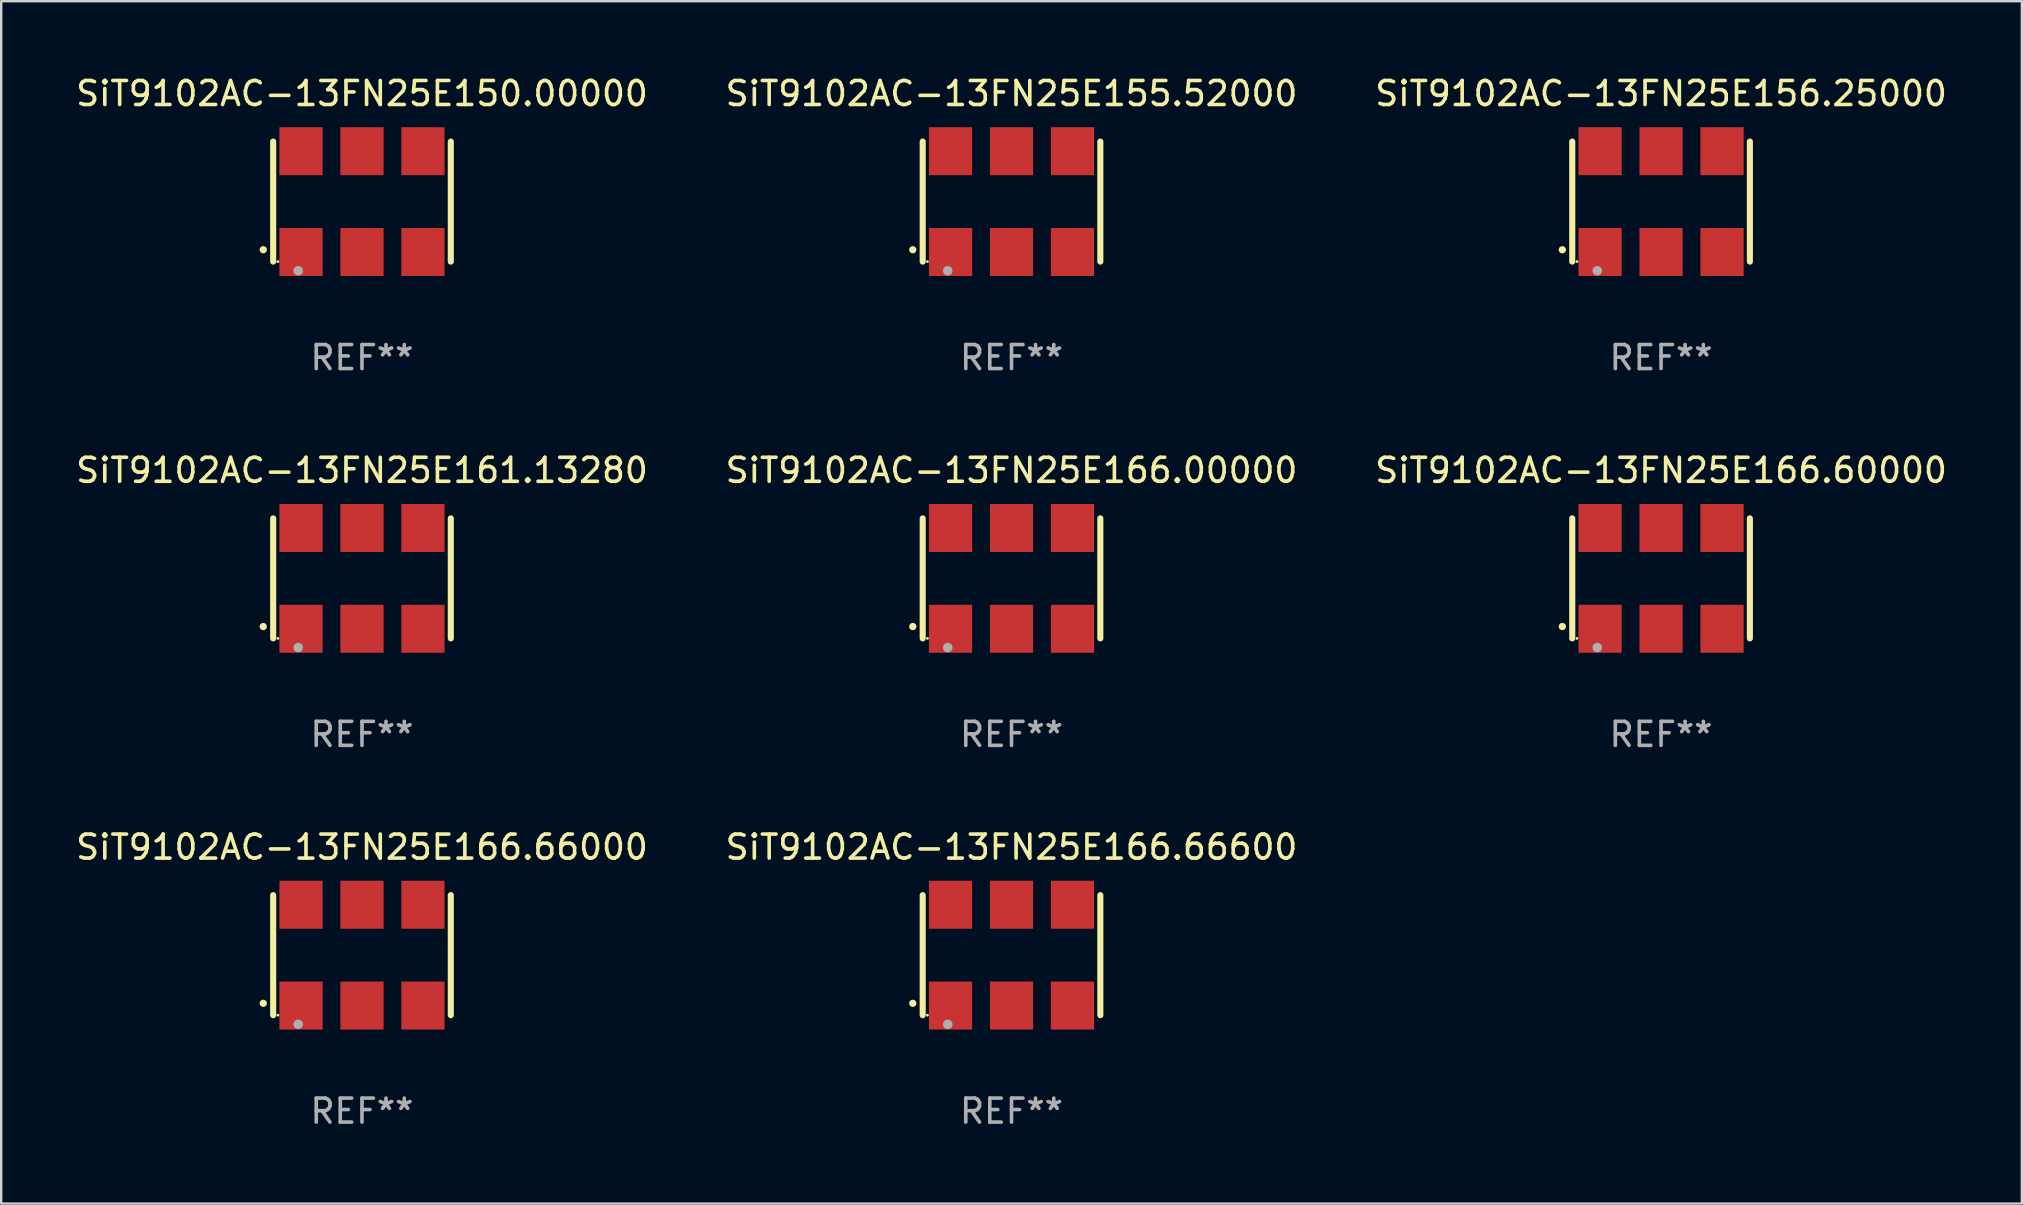
<source format=kicad_pcb>
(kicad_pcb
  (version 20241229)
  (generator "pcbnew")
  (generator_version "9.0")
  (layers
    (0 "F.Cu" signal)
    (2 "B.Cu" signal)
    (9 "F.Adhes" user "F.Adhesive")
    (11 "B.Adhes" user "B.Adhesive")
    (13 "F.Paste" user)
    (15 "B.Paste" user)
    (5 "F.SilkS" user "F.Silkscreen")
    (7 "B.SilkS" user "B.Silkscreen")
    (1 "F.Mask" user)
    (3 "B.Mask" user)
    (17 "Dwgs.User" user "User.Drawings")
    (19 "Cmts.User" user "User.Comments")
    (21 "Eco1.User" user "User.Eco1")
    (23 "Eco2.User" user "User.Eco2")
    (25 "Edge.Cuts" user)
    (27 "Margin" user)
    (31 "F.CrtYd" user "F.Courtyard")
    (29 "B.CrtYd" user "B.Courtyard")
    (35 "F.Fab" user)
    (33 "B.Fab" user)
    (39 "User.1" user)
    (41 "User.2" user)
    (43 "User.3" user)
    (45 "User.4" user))
  (footprint "SiT9102AC-13FN25E150.00000"
    (layer "F.Cu")
    (at 12.03 5.348)
    (property "Reference" "SiT9102AC-13FN25E150.00000" (at 0 -4.5 0) (layer "F.SilkS") (effects (font (size 1 1) (thickness 0.15))))
    (attr through_hole)
    (fp_line (start -3.7 -2.5) (end -3.7 2.5) (stroke (width 0.254) (type solid)) (layer "F.SilkS"))
    (fp_line (start 3.7 -2.5) (end 3.7 2.5) (stroke (width 0.254) (type solid)) (layer "F.SilkS"))
    (fp_arc (start -4.114415 2.006604) (mid -4.113145 2.006599) (end -4.111875 2.006604) (stroke (width 0.3) (type solid)) (layer "F.SilkS"))
    (fp_circle (center -3.502 2.5) (end -3.472 2.5) (stroke (width 0.06) (type solid)) (fill no) (layer "F.SilkS"))
    (fp_circle (center -2.657 2.882) (end -2.557 2.882) (stroke (width 0.2) (type solid)) (fill no) (layer "F.Fab"))
    (fp_text user "REF**" (at 0 6.5 0) (layer "F.Fab") (effects (font (size 1 1) (thickness 0.15))))
    (pad "1" smd rect (at -2.54 2.1) (size 1.8 2) (layers "F.Cu" "F.Mask" "F.Paste"))
    (pad "2" smd rect (at 0.000394 2.1) (size 1.8 2) (layers "F.Cu" "F.Mask" "F.Paste"))
    (pad "3" smd rect (at 2.54 2.1) (size 1.8 2) (layers "F.Cu" "F.Mask" "F.Paste"))
    (pad "4" smd rect (at 2.54 -2.1) (size 1.8 2) (layers "F.Cu" "F.Mask" "F.Paste"))
    (pad "5" smd rect (at 0.000394 -2.1) (size 1.8 2) (layers "F.Cu" "F.Mask" "F.Paste"))
    (pad "6" smd rect (at -2.54 -2.1) (size 1.8 2) (layers "F.Cu" "F.Mask" "F.Paste")))
  (footprint "SiT9102AC-13FN25E166.60000"
    (layer "F.Cu")
    (at 66.149 21.045)
    (property "Reference" "SiT9102AC-13FN25E166.60000" (at 0 -4.5 0) (layer "F.SilkS") (effects (font (size 1 1) (thickness 0.15))))
    (attr through_hole)
    (fp_line (start -3.7 -2.5) (end -3.7 2.5) (stroke (width 0.254) (type solid)) (layer "F.SilkS"))
    (fp_line (start 3.7 -2.5) (end 3.7 2.5) (stroke (width 0.254) (type solid)) (layer "F.SilkS"))
    (fp_arc (start -4.114415 2.006604) (mid -4.113145 2.006599) (end -4.111875 2.006604) (stroke (width 0.3) (type solid)) (layer "F.SilkS"))
    (fp_circle (center -3.502 2.5) (end -3.472 2.5) (stroke (width 0.06) (type solid)) (fill no) (layer "F.SilkS"))
    (fp_circle (center -2.657 2.882) (end -2.557 2.882) (stroke (width 0.2) (type solid)) (fill no) (layer "F.Fab"))
    (fp_text user "REF**" (at 0 6.5 0) (layer "F.Fab") (effects (font (size 1 1) (thickness 0.15))))
    (pad "1" smd rect (at -2.54 2.1) (size 1.8 2) (layers "F.Cu" "F.Mask" "F.Paste"))
    (pad "2" smd rect (at 0.000394 2.1) (size 1.8 2) (layers "F.Cu" "F.Mask" "F.Paste"))
    (pad "3" smd rect (at 2.54 2.1) (size 1.8 2) (layers "F.Cu" "F.Mask" "F.Paste"))
    (pad "4" smd rect (at 2.54 -2.1) (size 1.8 2) (layers "F.Cu" "F.Mask" "F.Paste"))
    (pad "5" smd rect (at 0.000394 -2.1) (size 1.8 2) (layers "F.Cu" "F.Mask" "F.Paste"))
    (pad "6" smd rect (at -2.54 -2.1) (size 1.8 2) (layers "F.Cu" "F.Mask" "F.Paste")))
  (footprint "SiT9102AC-13FN25E155.52000"
    (layer "F.Cu")
    (at 39.089 5.348)
    (property "Reference" "SiT9102AC-13FN25E155.52000" (at 0 -4.5 0) (layer "F.SilkS") (effects (font (size 1 1) (thickness 0.15))))
    (attr through_hole)
    (fp_line (start -3.7 -2.5) (end -3.7 2.5) (stroke (width 0.254) (type solid)) (layer "F.SilkS"))
    (fp_line (start 3.7 -2.5) (end 3.7 2.5) (stroke (width 0.254) (type solid)) (layer "F.SilkS"))
    (fp_arc (start -4.114415 2.006604) (mid -4.113145 2.006599) (end -4.111875 2.006604) (stroke (width 0.3) (type solid)) (layer "F.SilkS"))
    (fp_circle (center -3.502 2.5) (end -3.472 2.5) (stroke (width 0.06) (type solid)) (fill no) (layer "F.SilkS"))
    (fp_circle (center -2.657 2.882) (end -2.557 2.882) (stroke (width 0.2) (type solid)) (fill no) (layer "F.Fab"))
    (fp_text user "REF**" (at 0 6.5 0) (layer "F.Fab") (effects (font (size 1 1) (thickness 0.15))))
    (pad "1" smd rect (at -2.54 2.1) (size 1.8 2) (layers "F.Cu" "F.Mask" "F.Paste"))
    (pad "2" smd rect (at 0.000394 2.1) (size 1.8 2) (layers "F.Cu" "F.Mask" "F.Paste"))
    (pad "3" smd rect (at 2.54 2.1) (size 1.8 2) (layers "F.Cu" "F.Mask" "F.Paste"))
    (pad "4" smd rect (at 2.54 -2.1) (size 1.8 2) (layers "F.Cu" "F.Mask" "F.Paste"))
    (pad "5" smd rect (at 0.000394 -2.1) (size 1.8 2) (layers "F.Cu" "F.Mask" "F.Paste"))
    (pad "6" smd rect (at -2.54 -2.1) (size 1.8 2) (layers "F.Cu" "F.Mask" "F.Paste")))
  (footprint "SiT9102AC-13FN25E166.00000"
    (layer "F.Cu")
    (at 39.089 21.045)
    (property "Reference" "SiT9102AC-13FN25E166.00000" (at 0 -4.5 0) (layer "F.SilkS") (effects (font (size 1 1) (thickness 0.15))))
    (attr through_hole)
    (fp_line (start -3.7 -2.5) (end -3.7 2.5) (stroke (width 0.254) (type solid)) (layer "F.SilkS"))
    (fp_line (start 3.7 -2.5) (end 3.7 2.5) (stroke (width 0.254) (type solid)) (layer "F.SilkS"))
    (fp_arc (start -4.114415 2.006604) (mid -4.113145 2.006599) (end -4.111875 2.006604) (stroke (width 0.3) (type solid)) (layer "F.SilkS"))
    (fp_circle (center -3.502 2.5) (end -3.472 2.5) (stroke (width 0.06) (type solid)) (fill no) (layer "F.SilkS"))
    (fp_circle (center -2.657 2.882) (end -2.557 2.882) (stroke (width 0.2) (type solid)) (fill no) (layer "F.Fab"))
    (fp_text user "REF**" (at 0 6.5 0) (layer "F.Fab") (effects (font (size 1 1) (thickness 0.15))))
    (pad "1" smd rect (at -2.54 2.1) (size 1.8 2) (layers "F.Cu" "F.Mask" "F.Paste"))
    (pad "2" smd rect (at 0.000394 2.1) (size 1.8 2) (layers "F.Cu" "F.Mask" "F.Paste"))
    (pad "3" smd rect (at 2.54 2.1) (size 1.8 2) (layers "F.Cu" "F.Mask" "F.Paste"))
    (pad "4" smd rect (at 2.54 -2.1) (size 1.8 2) (layers "F.Cu" "F.Mask" "F.Paste"))
    (pad "5" smd rect (at 0.000394 -2.1) (size 1.8 2) (layers "F.Cu" "F.Mask" "F.Paste"))
    (pad "6" smd rect (at -2.54 -2.1) (size 1.8 2) (layers "F.Cu" "F.Mask" "F.Paste")))
  (footprint "SiT9102AC-13FN25E161.13280"
    (layer "F.Cu")
    (at 12.03 21.045)
    (property "Reference" "SiT9102AC-13FN25E161.13280" (at 0 -4.5 0) (layer "F.SilkS") (effects (font (size 1 1) (thickness 0.15))))
    (attr through_hole)
    (fp_line (start -3.7 -2.5) (end -3.7 2.5) (stroke (width 0.254) (type solid)) (layer "F.SilkS"))
    (fp_line (start 3.7 -2.5) (end 3.7 2.5) (stroke (width 0.254) (type solid)) (layer "F.SilkS"))
    (fp_arc (start -4.114415 2.006604) (mid -4.113145 2.006599) (end -4.111875 2.006604) (stroke (width 0.3) (type solid)) (layer "F.SilkS"))
    (fp_circle (center -3.502 2.5) (end -3.472 2.5) (stroke (width 0.06) (type solid)) (fill no) (layer "F.SilkS"))
    (fp_circle (center -2.657 2.882) (end -2.557 2.882) (stroke (width 0.2) (type solid)) (fill no) (layer "F.Fab"))
    (fp_text user "REF**" (at 0 6.5 0) (layer "F.Fab") (effects (font (size 1 1) (thickness 0.15))))
    (pad "1" smd rect (at -2.54 2.1) (size 1.8 2) (layers "F.Cu" "F.Mask" "F.Paste"))
    (pad "2" smd rect (at 0.000394 2.1) (size 1.8 2) (layers "F.Cu" "F.Mask" "F.Paste"))
    (pad "3" smd rect (at 2.54 2.1) (size 1.8 2) (layers "F.Cu" "F.Mask" "F.Paste"))
    (pad "4" smd rect (at 2.54 -2.1) (size 1.8 2) (layers "F.Cu" "F.Mask" "F.Paste"))
    (pad "5" smd rect (at 0.000394 -2.1) (size 1.8 2) (layers "F.Cu" "F.Mask" "F.Paste"))
    (pad "6" smd rect (at -2.54 -2.1) (size 1.8 2) (layers "F.Cu" "F.Mask" "F.Paste")))
  (footprint "SiT9102AC-13FN25E166.66000"
    (layer "F.Cu")
    (at 12.03 36.741)
    (property "Reference" "SiT9102AC-13FN25E166.66000" (at 0 -4.5 0) (layer "F.SilkS") (effects (font (size 1 1) (thickness 0.15))))
    (attr through_hole)
    (fp_line (start -3.7 -2.5) (end -3.7 2.5) (stroke (width 0.254) (type solid)) (layer "F.SilkS"))
    (fp_line (start 3.7 -2.5) (end 3.7 2.5) (stroke (width 0.254) (type solid)) (layer "F.SilkS"))
    (fp_arc (start -4.114415 2.006604) (mid -4.113145 2.006599) (end -4.111875 2.006604) (stroke (width 0.3) (type solid)) (layer "F.SilkS"))
    (fp_circle (center -3.502 2.5) (end -3.472 2.5) (stroke (width 0.06) (type solid)) (fill no) (layer "F.SilkS"))
    (fp_circle (center -2.657 2.882) (end -2.557 2.882) (stroke (width 0.2) (type solid)) (fill no) (layer "F.Fab"))
    (fp_text user "REF**" (at 0 6.5 0) (layer "F.Fab") (effects (font (size 1 1) (thickness 0.15))))
    (pad "1" smd rect (at -2.54 2.1) (size 1.8 2) (layers "F.Cu" "F.Mask" "F.Paste"))
    (pad "2" smd rect (at 0.000394 2.1) (size 1.8 2) (layers "F.Cu" "F.Mask" "F.Paste"))
    (pad "3" smd rect (at 2.54 2.1) (size 1.8 2) (layers "F.Cu" "F.Mask" "F.Paste"))
    (pad "4" smd rect (at 2.54 -2.1) (size 1.8 2) (layers "F.Cu" "F.Mask" "F.Paste"))
    (pad "5" smd rect (at 0.000394 -2.1) (size 1.8 2) (layers "F.Cu" "F.Mask" "F.Paste"))
    (pad "6" smd rect (at -2.54 -2.1) (size 1.8 2) (layers "F.Cu" "F.Mask" "F.Paste")))
  (footprint "SiT9102AC-13FN25E166.66600"
    (layer "F.Cu")
    (at 39.089 36.741)
    (property "Reference" "SiT9102AC-13FN25E166.66600" (at 0 -4.5 0) (layer "F.SilkS") (effects (font (size 1 1) (thickness 0.15))))
    (attr through_hole)
    (fp_line (start -3.7 -2.5) (end -3.7 2.5) (stroke (width 0.254) (type solid)) (layer "F.SilkS"))
    (fp_line (start 3.7 -2.5) (end 3.7 2.5) (stroke (width 0.254) (type solid)) (layer "F.SilkS"))
    (fp_arc (start -4.114415 2.006604) (mid -4.113145 2.006599) (end -4.111875 2.006604) (stroke (width 0.3) (type solid)) (layer "F.SilkS"))
    (fp_circle (center -3.502 2.5) (end -3.472 2.5) (stroke (width 0.06) (type solid)) (fill no) (layer "F.SilkS"))
    (fp_circle (center -2.657 2.882) (end -2.557 2.882) (stroke (width 0.2) (type solid)) (fill no) (layer "F.Fab"))
    (fp_text user "REF**" (at 0 6.5 0) (layer "F.Fab") (effects (font (size 1 1) (thickness 0.15))))
    (pad "1" smd rect (at -2.54 2.1) (size 1.8 2) (layers "F.Cu" "F.Mask" "F.Paste"))
    (pad "2" smd rect (at 0.000394 2.1) (size 1.8 2) (layers "F.Cu" "F.Mask" "F.Paste"))
    (pad "3" smd rect (at 2.54 2.1) (size 1.8 2) (layers "F.Cu" "F.Mask" "F.Paste"))
    (pad "4" smd rect (at 2.54 -2.1) (size 1.8 2) (layers "F.Cu" "F.Mask" "F.Paste"))
    (pad "5" smd rect (at 0.000394 -2.1) (size 1.8 2) (layers "F.Cu" "F.Mask" "F.Paste"))
    (pad "6" smd rect (at -2.54 -2.1) (size 1.8 2) (layers "F.Cu" "F.Mask" "F.Paste")))
  (footprint "SiT9102AC-13FN25E156.25000"
    (layer "F.Cu")
    (at 66.149 5.348)
    (property "Reference" "SiT9102AC-13FN25E156.25000" (at 0 -4.5 0) (layer "F.SilkS") (effects (font (size 1 1) (thickness 0.15))))
    (attr through_hole)
    (fp_line (start -3.7 -2.5) (end -3.7 2.5) (stroke (width 0.254) (type solid)) (layer "F.SilkS"))
    (fp_line (start 3.7 -2.5) (end 3.7 2.5) (stroke (width 0.254) (type solid)) (layer "F.SilkS"))
    (fp_arc (start -4.114415 2.006604) (mid -4.113145 2.006599) (end -4.111875 2.006604) (stroke (width 0.3) (type solid)) (layer "F.SilkS"))
    (fp_circle (center -3.502 2.5) (end -3.472 2.5) (stroke (width 0.06) (type solid)) (fill no) (layer "F.SilkS"))
    (fp_circle (center -2.657 2.882) (end -2.557 2.882) (stroke (width 0.2) (type solid)) (fill no) (layer "F.Fab"))
    (fp_text user "REF**" (at 0 6.5 0) (layer "F.Fab") (effects (font (size 1 1) (thickness 0.15))))
    (pad "1" smd rect (at -2.54 2.1) (size 1.8 2) (layers "F.Cu" "F.Mask" "F.Paste"))
    (pad "2" smd rect (at 0.000394 2.1) (size 1.8 2) (layers "F.Cu" "F.Mask" "F.Paste"))
    (pad "3" smd rect (at 2.54 2.1) (size 1.8 2) (layers "F.Cu" "F.Mask" "F.Paste"))
    (pad "4" smd rect (at 2.54 -2.1) (size 1.8 2) (layers "F.Cu" "F.Mask" "F.Paste"))
    (pad "5" smd rect (at 0.000394 -2.1) (size 1.8 2) (layers "F.Cu" "F.Mask" "F.Paste"))
    (pad "6" smd rect (at -2.54 -2.1) (size 1.8 2) (layers "F.Cu" "F.Mask" "F.Paste")))
  (gr_rect
    (start -3 -3)
    (end 81.179 47.09)
    (stroke (width 0.1) (type default))
    (fill no)
    (layer "Edge.Cuts")))
</source>
